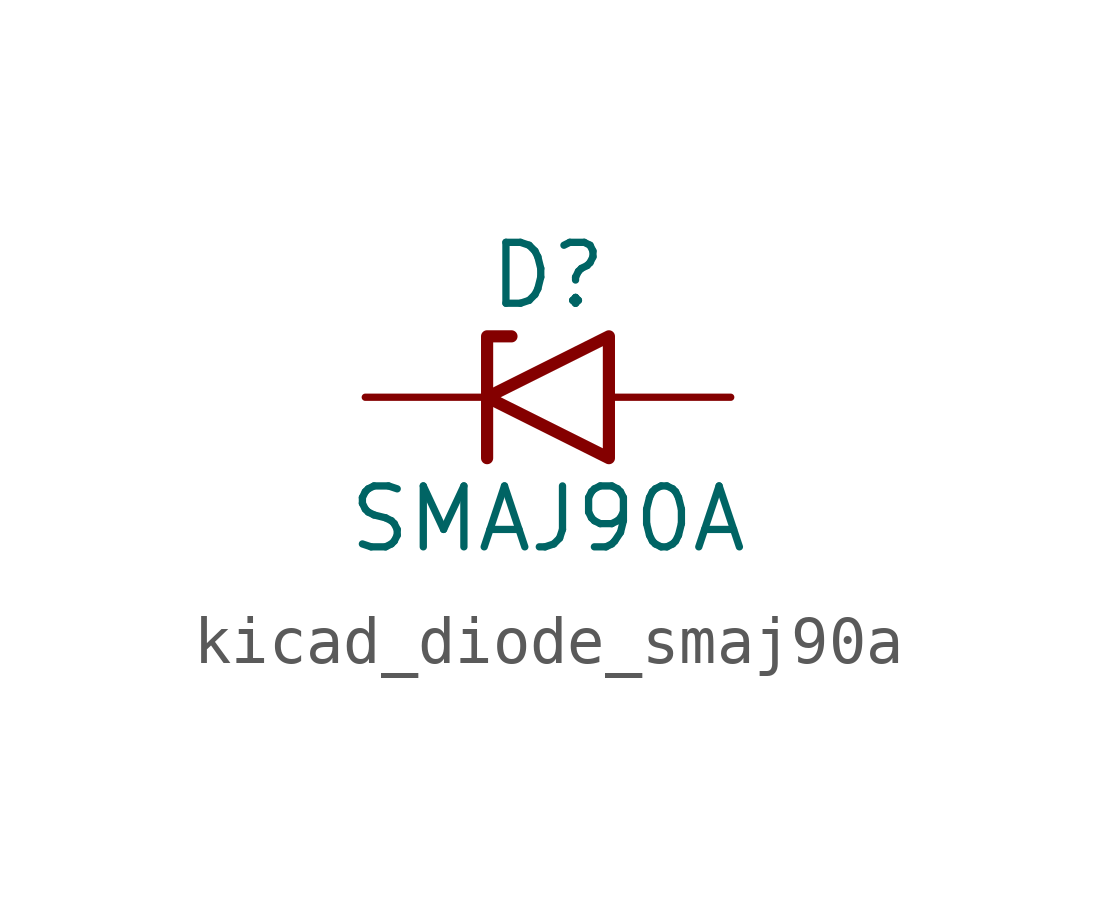
<source format=kicad_sym>
(kicad_symbol_lib
  (version 20220914)
  (generator kicad_symbol_editor)
  (symbol "kicad_diode_smaj90a"
    (pin_numbers hide)
    (pin_names
      (offset 1.016) hide)
    (property "Reference" "D"
      (at 0 2.54 0)
      (effects (font (size 1.27 1.27))))
    (property "Value" "SMAJ90A"
      (at 0 -2.54 0)
      (effects (font (size 1.27 1.27))))
    (symbol "kicad_diode_smaj90a_0_1"
      (polyline (pts (xy -0.762 1.27) (xy -1.27 1.27) (xy -1.27 -1.27)) (stroke (width 0.254) (type default)) (fill (type none)))
      (polyline (pts (xy 1.27 1.27) (xy 1.27 -1.27) (xy -1.27 0) (xy 1.27 1.27)) (stroke (width 0.254) (type default)) (fill (type none))))
    (symbol "kicad_diode_smaj90a_1_1"
      (pin passive line (at -3.81 0 0) (length 2.54) (name "A1" (effects (font (size 1.27 1.27)))) (number "1" (effects (font (size 1.27 1.27)))))
      (pin passive line (at 3.81 0 180) (length 2.54) (name "A2" (effects (font (size 1.27 1.27)))) (number "2" (effects (font (size 1.27 1.27))))))))
</source>
